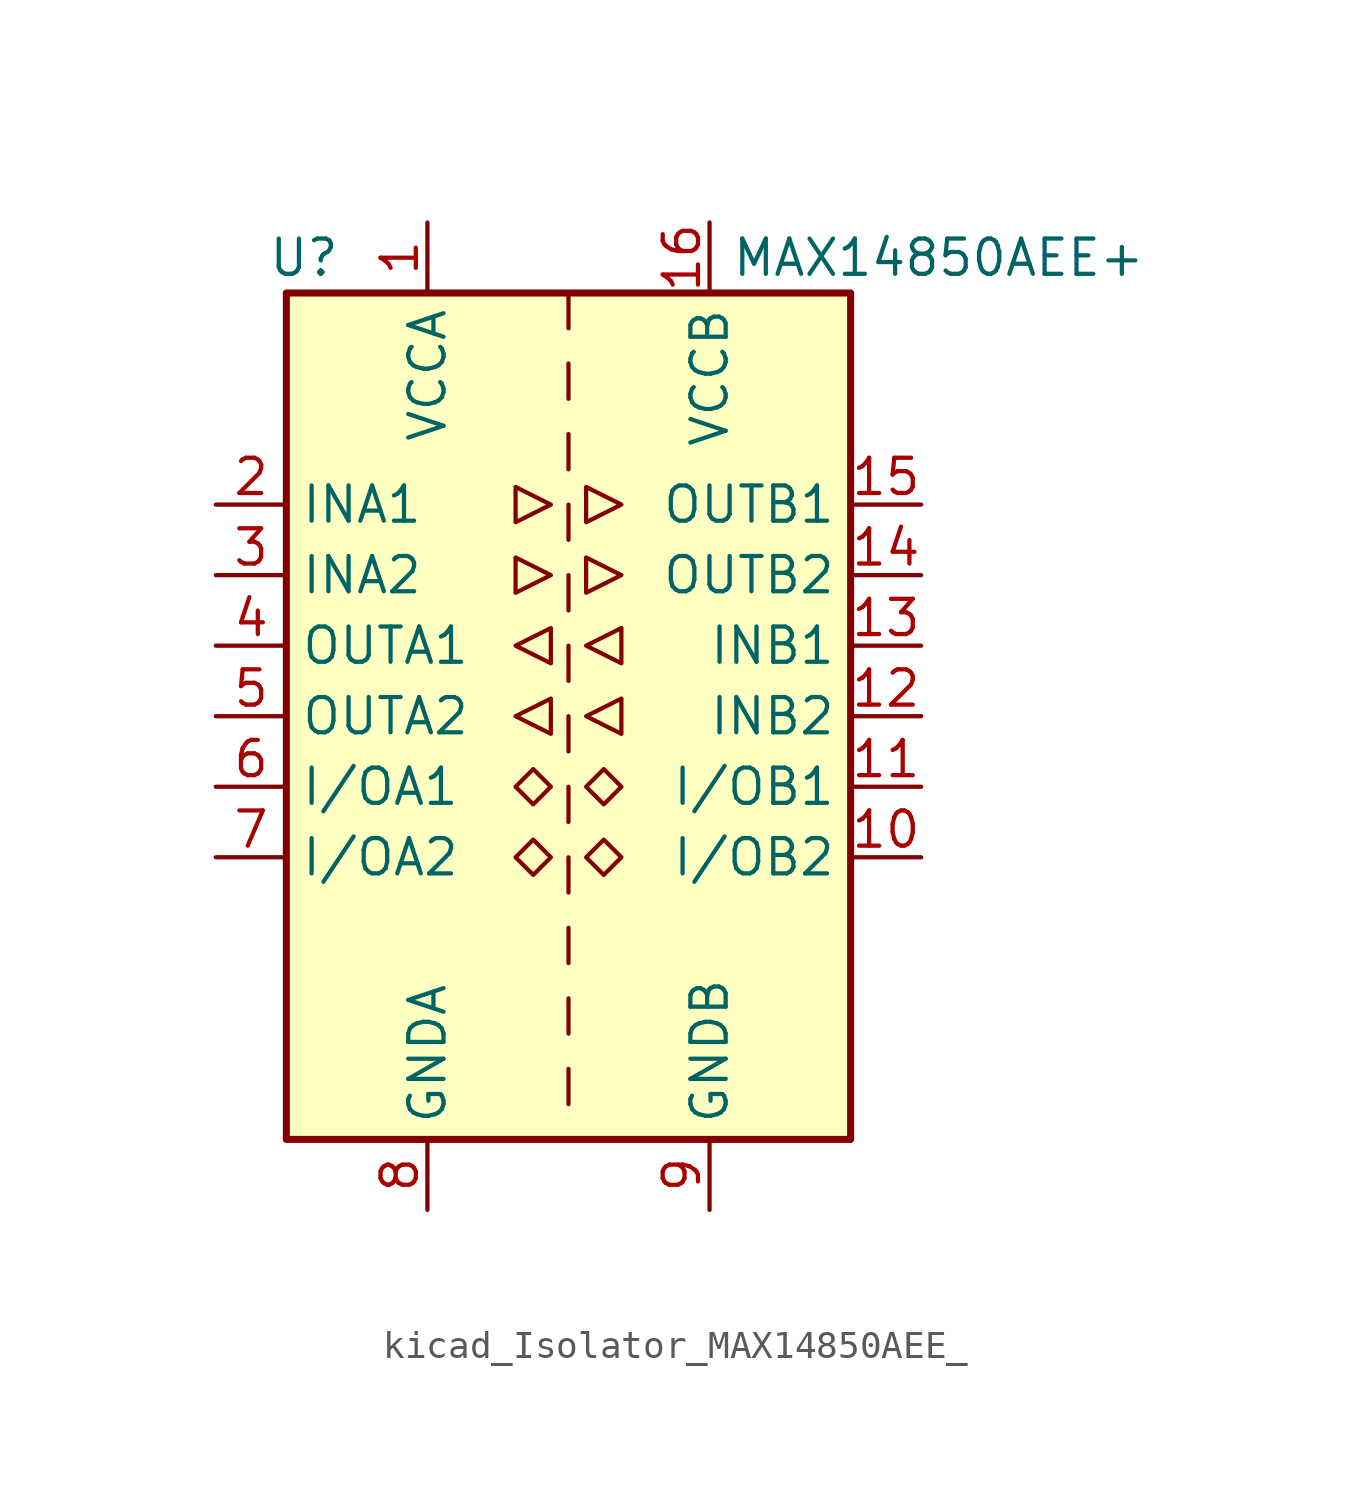
<source format=kicad_sym>
(kicad_symbol_lib
  (version 20220914)
  (generator kicad_symbol_editor)
  (symbol "kicad_Isolator_MAX14850AEE_"
    (property "Reference" "U"
      (at -9.525 16.51 0)
      (effects (font (size 1.27 1.27))))
    (property "Value" "MAX14850AEE+"
      (at 13.335 16.51 0)
      (effects (font (size 1.27 1.27))))
    (symbol "kicad_Isolator_MAX14850AEE__0_1"
      (rectangle (start -10.16 15.24) (end 10.16 -15.24) (stroke (width 0.254) (type default)) (fill (type background)))
      (polyline (pts (xy 0 -12.7) (xy 0 -13.97)) (stroke (width 0) (type default)) (fill (type none)))
      (polyline (pts (xy 0 -10.16) (xy 0 -11.43)) (stroke (width 0) (type default)) (fill (type none)))
      (polyline (pts (xy 0 -7.62) (xy 0 -8.89)) (stroke (width 0) (type default)) (fill (type none)))
      (polyline (pts (xy 0 -5.08) (xy 0 -6.35)) (stroke (width 0) (type default)) (fill (type none)))
      (polyline (pts (xy 0 -2.54) (xy 0 -3.81)) (stroke (width 0) (type default)) (fill (type none)))
      (polyline (pts (xy 0 0) (xy 0 -1.27)) (stroke (width 0) (type default)) (fill (type none)))
      (polyline (pts (xy 0 2.54) (xy 0 1.27)) (stroke (width 0) (type default)) (fill (type none)))
      (polyline (pts (xy 0 5.08) (xy 0 3.81)) (stroke (width 0) (type default)) (fill (type none)))
      (polyline (pts (xy 0 7.62) (xy 0 6.35)) (stroke (width 0) (type default)) (fill (type none)))
      (polyline (pts (xy 0 10.16) (xy 0 8.89)) (stroke (width 0) (type default)) (fill (type none)))
      (polyline (pts (xy 0 12.7) (xy 0 11.43)) (stroke (width 0) (type default)) (fill (type none)))
      (polyline (pts (xy 0 15.24) (xy 0 13.97)) (stroke (width 0) (type default)) (fill (type none)))
      (polyline (pts (xy -1.905 5.715) (xy -1.905 4.445) (xy -0.635 5.08) (xy -1.905 5.715)) (stroke (width 0) (type default)) (fill (type none)))
      (polyline (pts (xy -1.905 8.255) (xy -1.905 6.985) (xy -0.635 7.62) (xy -1.905 8.255)) (stroke (width 0) (type default)) (fill (type none)))
      (polyline (pts (xy -0.635 -0.635) (xy -0.635 0.635) (xy -1.905 0) (xy -0.635 -0.635)) (stroke (width 0) (type default)) (fill (type none)))
      (polyline (pts (xy -0.635 1.905) (xy -0.635 3.175) (xy -1.905 2.54) (xy -0.635 1.905)) (stroke (width 0) (type default)) (fill (type none)))
      (polyline (pts (xy 0.635 5.715) (xy 0.635 4.445) (xy 1.905 5.08) (xy 0.635 5.715)) (stroke (width 0) (type default)) (fill (type none)))
      (polyline (pts (xy 0.635 8.255) (xy 0.635 6.985) (xy 1.905 7.62) (xy 0.635 8.255)) (stroke (width 0) (type default)) (fill (type none)))
      (polyline (pts (xy 1.905 -0.635) (xy 1.905 0.635) (xy 0.635 0) (xy 1.905 -0.635)) (stroke (width 0) (type default)) (fill (type none)))
      (polyline (pts (xy 1.905 1.905) (xy 1.905 3.175) (xy 0.635 2.54) (xy 1.905 1.905)) (stroke (width 0) (type default)) (fill (type none)))
      (polyline (pts (xy -1.27 -4.445) (xy -1.905 -5.08) (xy -1.27 -5.715) (xy -0.635 -5.08) (xy -1.27 -4.445)) (stroke (width 0) (type default)) (fill (type none)))
      (polyline (pts (xy -1.27 -1.905) (xy -1.905 -2.54) (xy -1.27 -3.175) (xy -0.635 -2.54) (xy -1.27 -1.905)) (stroke (width 0) (type default)) (fill (type none)))
      (polyline (pts (xy 1.27 -4.445) (xy 0.635 -5.08) (xy 1.27 -5.715) (xy 1.905 -5.08) (xy 1.27 -4.445)) (stroke (width 0) (type default)) (fill (type none)))
      (polyline (pts (xy 1.27 -1.905) (xy 0.635 -2.54) (xy 1.27 -3.175) (xy 1.905 -2.54) (xy 1.27 -1.905)) (stroke (width 0) (type default)) (fill (type none))))
    (symbol "kicad_Isolator_MAX14850AEE__1_1"
      (pin power_in line (at -5.08 17.78 270) (length 2.54) (name "VCCA" (effects (font (size 1.27 1.27)))) (number "1" (effects (font (size 1.27 1.27)))))
      (pin bidirectional line (at 12.7 -5.08 180) (length 2.54) (name "I/OB2" (effects (font (size 1.27 1.27)))) (number "10" (effects (font (size 1.27 1.27)))))
      (pin bidirectional line (at 12.7 -2.54 180) (length 2.54) (name "I/OB1" (effects (font (size 1.27 1.27)))) (number "11" (effects (font (size 1.27 1.27)))))
      (pin input line (at 12.7 0 180) (length 2.54) (name "INB2" (effects (font (size 1.27 1.27)))) (number "12" (effects (font (size 1.27 1.27)))))
      (pin input line (at 12.7 2.54 180) (length 2.54) (name "INB1" (effects (font (size 1.27 1.27)))) (number "13" (effects (font (size 1.27 1.27)))))
      (pin output line (at 12.7 5.08 180) (length 2.54) (name "OUTB2" (effects (font (size 1.27 1.27)))) (number "14" (effects (font (size 1.27 1.27)))))
      (pin output line (at 12.7 7.62 180) (length 2.54) (name "OUTB1" (effects (font (size 1.27 1.27)))) (number "15" (effects (font (size 1.27 1.27)))))
      (pin power_in line (at 5.08 17.78 270) (length 2.54) (name "VCCB" (effects (font (size 1.27 1.27)))) (number "16" (effects (font (size 1.27 1.27)))))
      (pin input line (at -12.7 7.62 0) (length 2.54) (name "INA1" (effects (font (size 1.27 1.27)))) (number "2" (effects (font (size 1.27 1.27)))))
      (pin input line (at -12.7 5.08 0) (length 2.54) (name "INA2" (effects (font (size 1.27 1.27)))) (number "3" (effects (font (size 1.27 1.27)))))
      (pin output line (at -12.7 2.54 0) (length 2.54) (name "OUTA1" (effects (font (size 1.27 1.27)))) (number "4" (effects (font (size 1.27 1.27)))))
      (pin output line (at -12.7 0 0) (length 2.54) (name "OUTA2" (effects (font (size 1.27 1.27)))) (number "5" (effects (font (size 1.27 1.27)))))
      (pin bidirectional line (at -12.7 -2.54 0) (length 2.54) (name "I/OA1" (effects (font (size 1.27 1.27)))) (number "6" (effects (font (size 1.27 1.27)))))
      (pin bidirectional line (at -12.7 -5.08 0) (length 2.54) (name "I/OA2" (effects (font (size 1.27 1.27)))) (number "7" (effects (font (size 1.27 1.27)))))
      (pin power_in line (at -5.08 -17.78 90) (length 2.54) (name "GNDA" (effects (font (size 1.27 1.27)))) (number "8" (effects (font (size 1.27 1.27)))))
      (pin power_in line (at 5.08 -17.78 90) (length 2.54) (name "GNDB" (effects (font (size 1.27 1.27)))) (number "9" (effects (font (size 1.27 1.27))))))))
</source>
